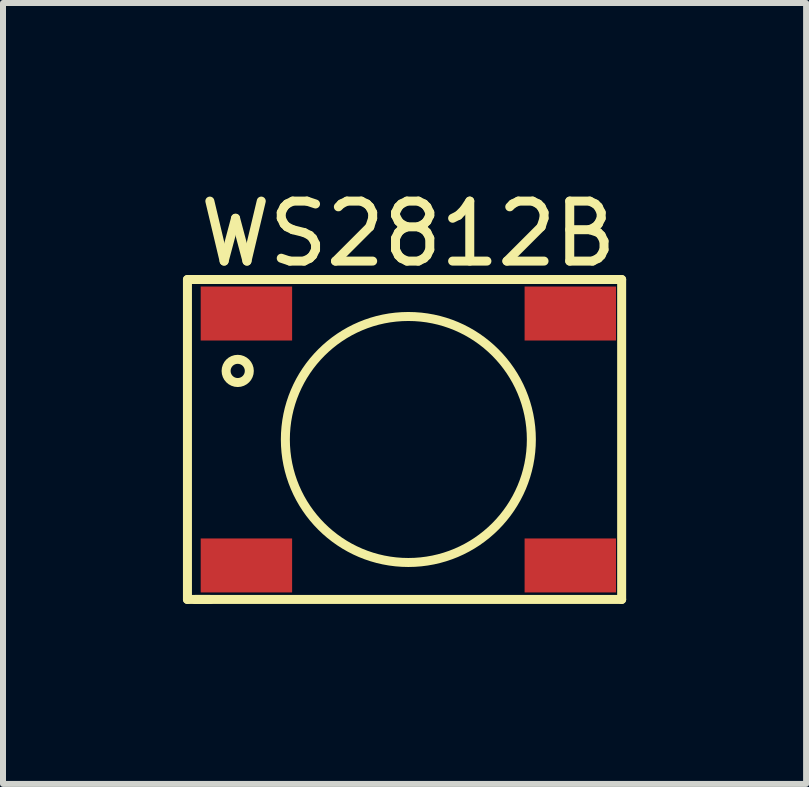
<source format=kicad_pcb>
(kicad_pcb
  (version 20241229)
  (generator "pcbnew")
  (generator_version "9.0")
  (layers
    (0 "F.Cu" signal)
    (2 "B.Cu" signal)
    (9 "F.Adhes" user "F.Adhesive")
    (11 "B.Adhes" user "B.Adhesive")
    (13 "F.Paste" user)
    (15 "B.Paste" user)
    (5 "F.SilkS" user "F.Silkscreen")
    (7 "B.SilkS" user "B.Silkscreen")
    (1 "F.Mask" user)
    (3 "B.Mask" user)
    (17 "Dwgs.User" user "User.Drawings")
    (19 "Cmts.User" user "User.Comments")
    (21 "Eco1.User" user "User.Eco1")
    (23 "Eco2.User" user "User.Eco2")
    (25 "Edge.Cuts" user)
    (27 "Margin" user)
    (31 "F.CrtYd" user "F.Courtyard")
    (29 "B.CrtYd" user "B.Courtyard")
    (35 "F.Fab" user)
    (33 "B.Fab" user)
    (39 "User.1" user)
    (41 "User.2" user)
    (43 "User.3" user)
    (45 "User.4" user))
  (footprint "WS2812B"
    (layer "F.Cu")
    (at 3.758 4.277)
    (property "Reference" "WS2812B" (at 0 -3.429 0) (layer "F.SilkS") (effects (font (size 1 1) (thickness 0.15))))
    (attr through_hole)
    (fp_line (start -3.683 -2.667) (end 3.556 -2.667) (stroke (width 0.15) (type solid)) (layer "F.SilkS"))
    (fp_line (start -3.683 2.667) (end -3.683 -2.667) (stroke (width 0.15) (type solid)) (layer "F.SilkS"))
    (fp_line (start -3.302 2.667) (end -3.683 2.667) (stroke (width 0.15) (type solid)) (layer "F.SilkS"))
    (fp_line (start 3.556 -2.667) (end 3.556 2.667) (stroke (width 0.15) (type solid)) (layer "F.SilkS"))
    (fp_line (start 3.556 2.667) (end -3.556 2.667) (stroke (width 0.15) (type solid)) (layer "F.SilkS"))
    (fp_circle (center -2.845 -1.143) (end -2.769 -0.965) (stroke (width 0.15) (type solid)) (fill no) (layer "F.SilkS"))
    (fp_circle (center 0 0) (end 1.372 1.524) (stroke (width 0.15) (type solid)) (fill no) (layer "F.SilkS"))
    (pad "1" smd rect (at -2.7 -2.1) (size 1.524 0.9) (layers "F.Cu" "F.Mask" "F.Paste"))
    (pad "2" smd rect (at -2.7 2.1) (size 1.524 0.9) (layers "F.Cu" "F.Mask" "F.Paste"))
    (pad "3" smd rect (at 2.7 2.1) (size 1.524 0.9) (layers "F.Cu" "F.Mask" "F.Paste"))
    (pad "4" smd rect (at 2.7 -2.1) (size 1.524 0.9) (layers "F.Cu" "F.Mask" "F.Paste")))
  (gr_rect
    (start -3 -3)
    (end 10.389 10.019)
    (stroke (width 0.1) (type default))
    (fill no)
    (layer "Edge.Cuts")))
</source>
